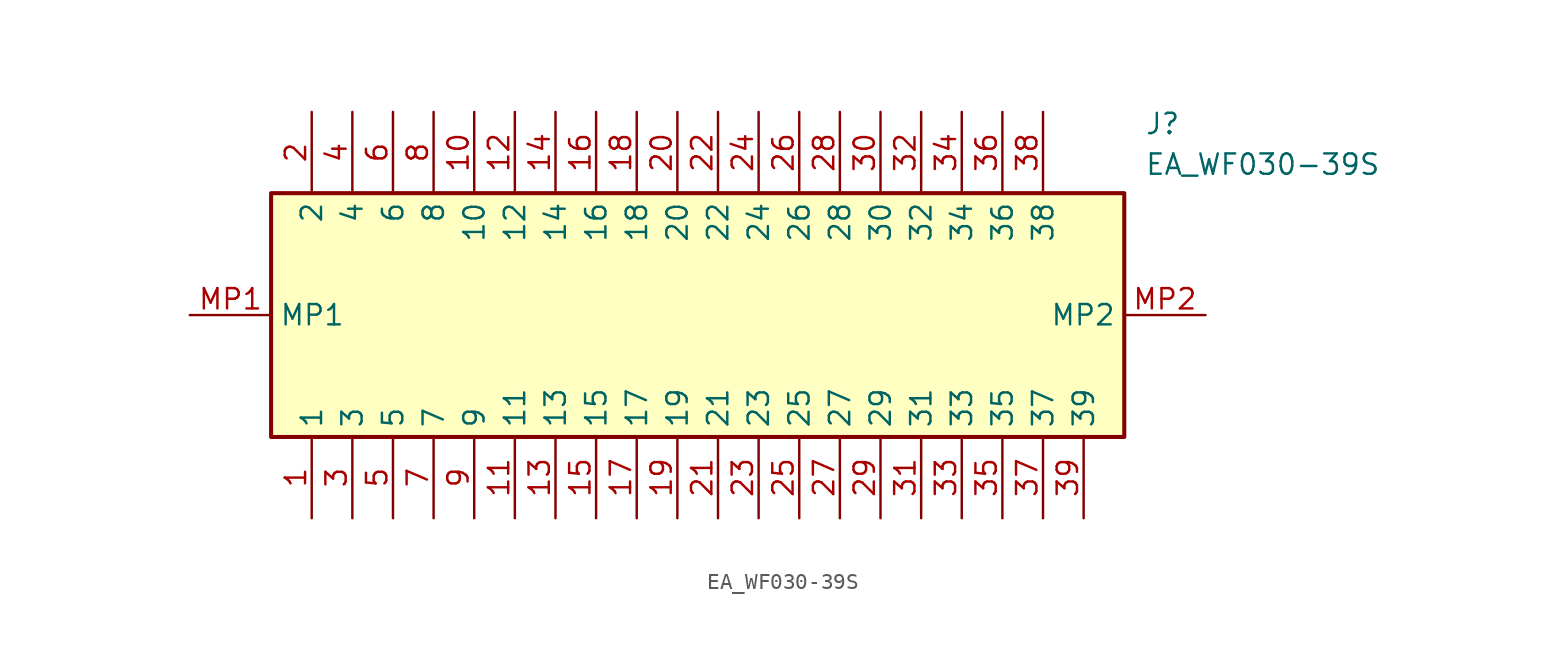
<source format=kicad_sym>
(kicad_symbol_lib
  (version 20211014)
  (generator SamacSys_ECAD_Model)
  (symbol "EA_WF030-39S"
    (property "Reference" "J"
      (at 59.69 12.7 0)
      (effects (font (size 1.27 1.27)) (justify left top)))
    (property "Value" "EA_WF030-39S"
      (at 59.69 10.16 0)
      (effects (font (size 1.27 1.27)) (justify left top)))
    (rectangle
      (start 5.08 7.62)
      (end 58.42 -7.62)
      (stroke (width 0.254) (type default))
      (fill (type background)))
    (pin passive line
      (at 7.62 -12.7 90)
      (length 5.08)
      (name "1" (effects (font (size 1.27 1.27))))
      (number "1" (effects (font (size 1.27 1.27)))))
    (pin passive line
      (at 7.62 12.7 270)
      (length 5.08)
      (name "2" (effects (font (size 1.27 1.27))))
      (number "2" (effects (font (size 1.27 1.27)))))
    (pin passive line
      (at 10.16 -12.7 90)
      (length 5.08)
      (name "3" (effects (font (size 1.27 1.27))))
      (number "3" (effects (font (size 1.27 1.27)))))
    (pin passive line
      (at 10.16 12.7 270)
      (length 5.08)
      (name "4" (effects (font (size 1.27 1.27))))
      (number "4" (effects (font (size 1.27 1.27)))))
    (pin passive line
      (at 12.7 -12.7 90)
      (length 5.08)
      (name "5" (effects (font (size 1.27 1.27))))
      (number "5" (effects (font (size 1.27 1.27)))))
    (pin passive line
      (at 12.7 12.7 270)
      (length 5.08)
      (name "6" (effects (font (size 1.27 1.27))))
      (number "6" (effects (font (size 1.27 1.27)))))
    (pin passive line
      (at 15.24 -12.7 90)
      (length 5.08)
      (name "7" (effects (font (size 1.27 1.27))))
      (number "7" (effects (font (size 1.27 1.27)))))
    (pin passive line
      (at 15.24 12.7 270)
      (length 5.08)
      (name "8" (effects (font (size 1.27 1.27))))
      (number "8" (effects (font (size 1.27 1.27)))))
    (pin passive line
      (at 17.78 -12.7 90)
      (length 5.08)
      (name "9" (effects (font (size 1.27 1.27))))
      (number "9" (effects (font (size 1.27 1.27)))))
    (pin passive line
      (at 17.78 12.7 270)
      (length 5.08)
      (name "10" (effects (font (size 1.27 1.27))))
      (number "10" (effects (font (size 1.27 1.27)))))
    (pin passive line
      (at 20.32 -12.7 90)
      (length 5.08)
      (name "11" (effects (font (size 1.27 1.27))))
      (number "11" (effects (font (size 1.27 1.27)))))
    (pin passive line
      (at 20.32 12.7 270)
      (length 5.08)
      (name "12" (effects (font (size 1.27 1.27))))
      (number "12" (effects (font (size 1.27 1.27)))))
    (pin passive line
      (at 22.86 -12.7 90)
      (length 5.08)
      (name "13" (effects (font (size 1.27 1.27))))
      (number "13" (effects (font (size 1.27 1.27)))))
    (pin passive line
      (at 22.86 12.7 270)
      (length 5.08)
      (name "14" (effects (font (size 1.27 1.27))))
      (number "14" (effects (font (size 1.27 1.27)))))
    (pin passive line
      (at 25.4 -12.7 90)
      (length 5.08)
      (name "15" (effects (font (size 1.27 1.27))))
      (number "15" (effects (font (size 1.27 1.27)))))
    (pin passive line
      (at 25.4 12.7 270)
      (length 5.08)
      (name "16" (effects (font (size 1.27 1.27))))
      (number "16" (effects (font (size 1.27 1.27)))))
    (pin passive line
      (at 27.94 -12.7 90)
      (length 5.08)
      (name "17" (effects (font (size 1.27 1.27))))
      (number "17" (effects (font (size 1.27 1.27)))))
    (pin passive line
      (at 27.94 12.7 270)
      (length 5.08)
      (name "18" (effects (font (size 1.27 1.27))))
      (number "18" (effects (font (size 1.27 1.27)))))
    (pin passive line
      (at 30.48 -12.7 90)
      (length 5.08)
      (name "19" (effects (font (size 1.27 1.27))))
      (number "19" (effects (font (size 1.27 1.27)))))
    (pin passive line
      (at 30.48 12.7 270)
      (length 5.08)
      (name "20" (effects (font (size 1.27 1.27))))
      (number "20" (effects (font (size 1.27 1.27)))))
    (pin passive line
      (at 33.02 -12.7 90)
      (length 5.08)
      (name "21" (effects (font (size 1.27 1.27))))
      (number "21" (effects (font (size 1.27 1.27)))))
    (pin passive line
      (at 33.02 12.7 270)
      (length 5.08)
      (name "22" (effects (font (size 1.27 1.27))))
      (number "22" (effects (font (size 1.27 1.27)))))
    (pin passive line
      (at 35.56 -12.7 90)
      (length 5.08)
      (name "23" (effects (font (size 1.27 1.27))))
      (number "23" (effects (font (size 1.27 1.27)))))
    (pin passive line
      (at 35.56 12.7 270)
      (length 5.08)
      (name "24" (effects (font (size 1.27 1.27))))
      (number "24" (effects (font (size 1.27 1.27)))))
    (pin passive line
      (at 38.1 -12.7 90)
      (length 5.08)
      (name "25" (effects (font (size 1.27 1.27))))
      (number "25" (effects (font (size 1.27 1.27)))))
    (pin passive line
      (at 38.1 12.7 270)
      (length 5.08)
      (name "26" (effects (font (size 1.27 1.27))))
      (number "26" (effects (font (size 1.27 1.27)))))
    (pin passive line
      (at 40.64 -12.7 90)
      (length 5.08)
      (name "27" (effects (font (size 1.27 1.27))))
      (number "27" (effects (font (size 1.27 1.27)))))
    (pin passive line
      (at 40.64 12.7 270)
      (length 5.08)
      (name "28" (effects (font (size 1.27 1.27))))
      (number "28" (effects (font (size 1.27 1.27)))))
    (pin passive line
      (at 43.18 -12.7 90)
      (length 5.08)
      (name "29" (effects (font (size 1.27 1.27))))
      (number "29" (effects (font (size 1.27 1.27)))))
    (pin passive line
      (at 43.18 12.7 270)
      (length 5.08)
      (name "30" (effects (font (size 1.27 1.27))))
      (number "30" (effects (font (size 1.27 1.27)))))
    (pin passive line
      (at 45.72 -12.7 90)
      (length 5.08)
      (name "31" (effects (font (size 1.27 1.27))))
      (number "31" (effects (font (size 1.27 1.27)))))
    (pin passive line
      (at 45.72 12.7 270)
      (length 5.08)
      (name "32" (effects (font (size 1.27 1.27))))
      (number "32" (effects (font (size 1.27 1.27)))))
    (pin passive line
      (at 48.26 -12.7 90)
      (length 5.08)
      (name "33" (effects (font (size 1.27 1.27))))
      (number "33" (effects (font (size 1.27 1.27)))))
    (pin passive line
      (at 48.26 12.7 270)
      (length 5.08)
      (name "34" (effects (font (size 1.27 1.27))))
      (number "34" (effects (font (size 1.27 1.27)))))
    (pin passive line
      (at 50.8 -12.7 90)
      (length 5.08)
      (name "35" (effects (font (size 1.27 1.27))))
      (number "35" (effects (font (size 1.27 1.27)))))
    (pin passive line
      (at 50.8 12.7 270)
      (length 5.08)
      (name "36" (effects (font (size 1.27 1.27))))
      (number "36" (effects (font (size 1.27 1.27)))))
    (pin passive line
      (at 53.34 -12.7 90)
      (length 5.08)
      (name "37" (effects (font (size 1.27 1.27))))
      (number "37" (effects (font (size 1.27 1.27)))))
    (pin passive line
      (at 53.34 12.7 270)
      (length 5.08)
      (name "38" (effects (font (size 1.27 1.27))))
      (number "38" (effects (font (size 1.27 1.27)))))
    (pin passive line
      (at 55.88 -12.7 90)
      (length 5.08)
      (name "39" (effects (font (size 1.27 1.27))))
      (number "39" (effects (font (size 1.27 1.27)))))
    (pin passive line
      (at 0 0 0)
      (length 5.08)
      (name "MP1" (effects (font (size 1.27 1.27))))
      (number "MP1" (effects (font (size 1.27 1.27)))))
    (pin passive line
      (at 63.5 0 180)
      (length 5.08)
      (name "MP2" (effects (font (size 1.27 1.27))))
      (number "MP2" (effects (font (size 1.27 1.27)))))))
</source>
